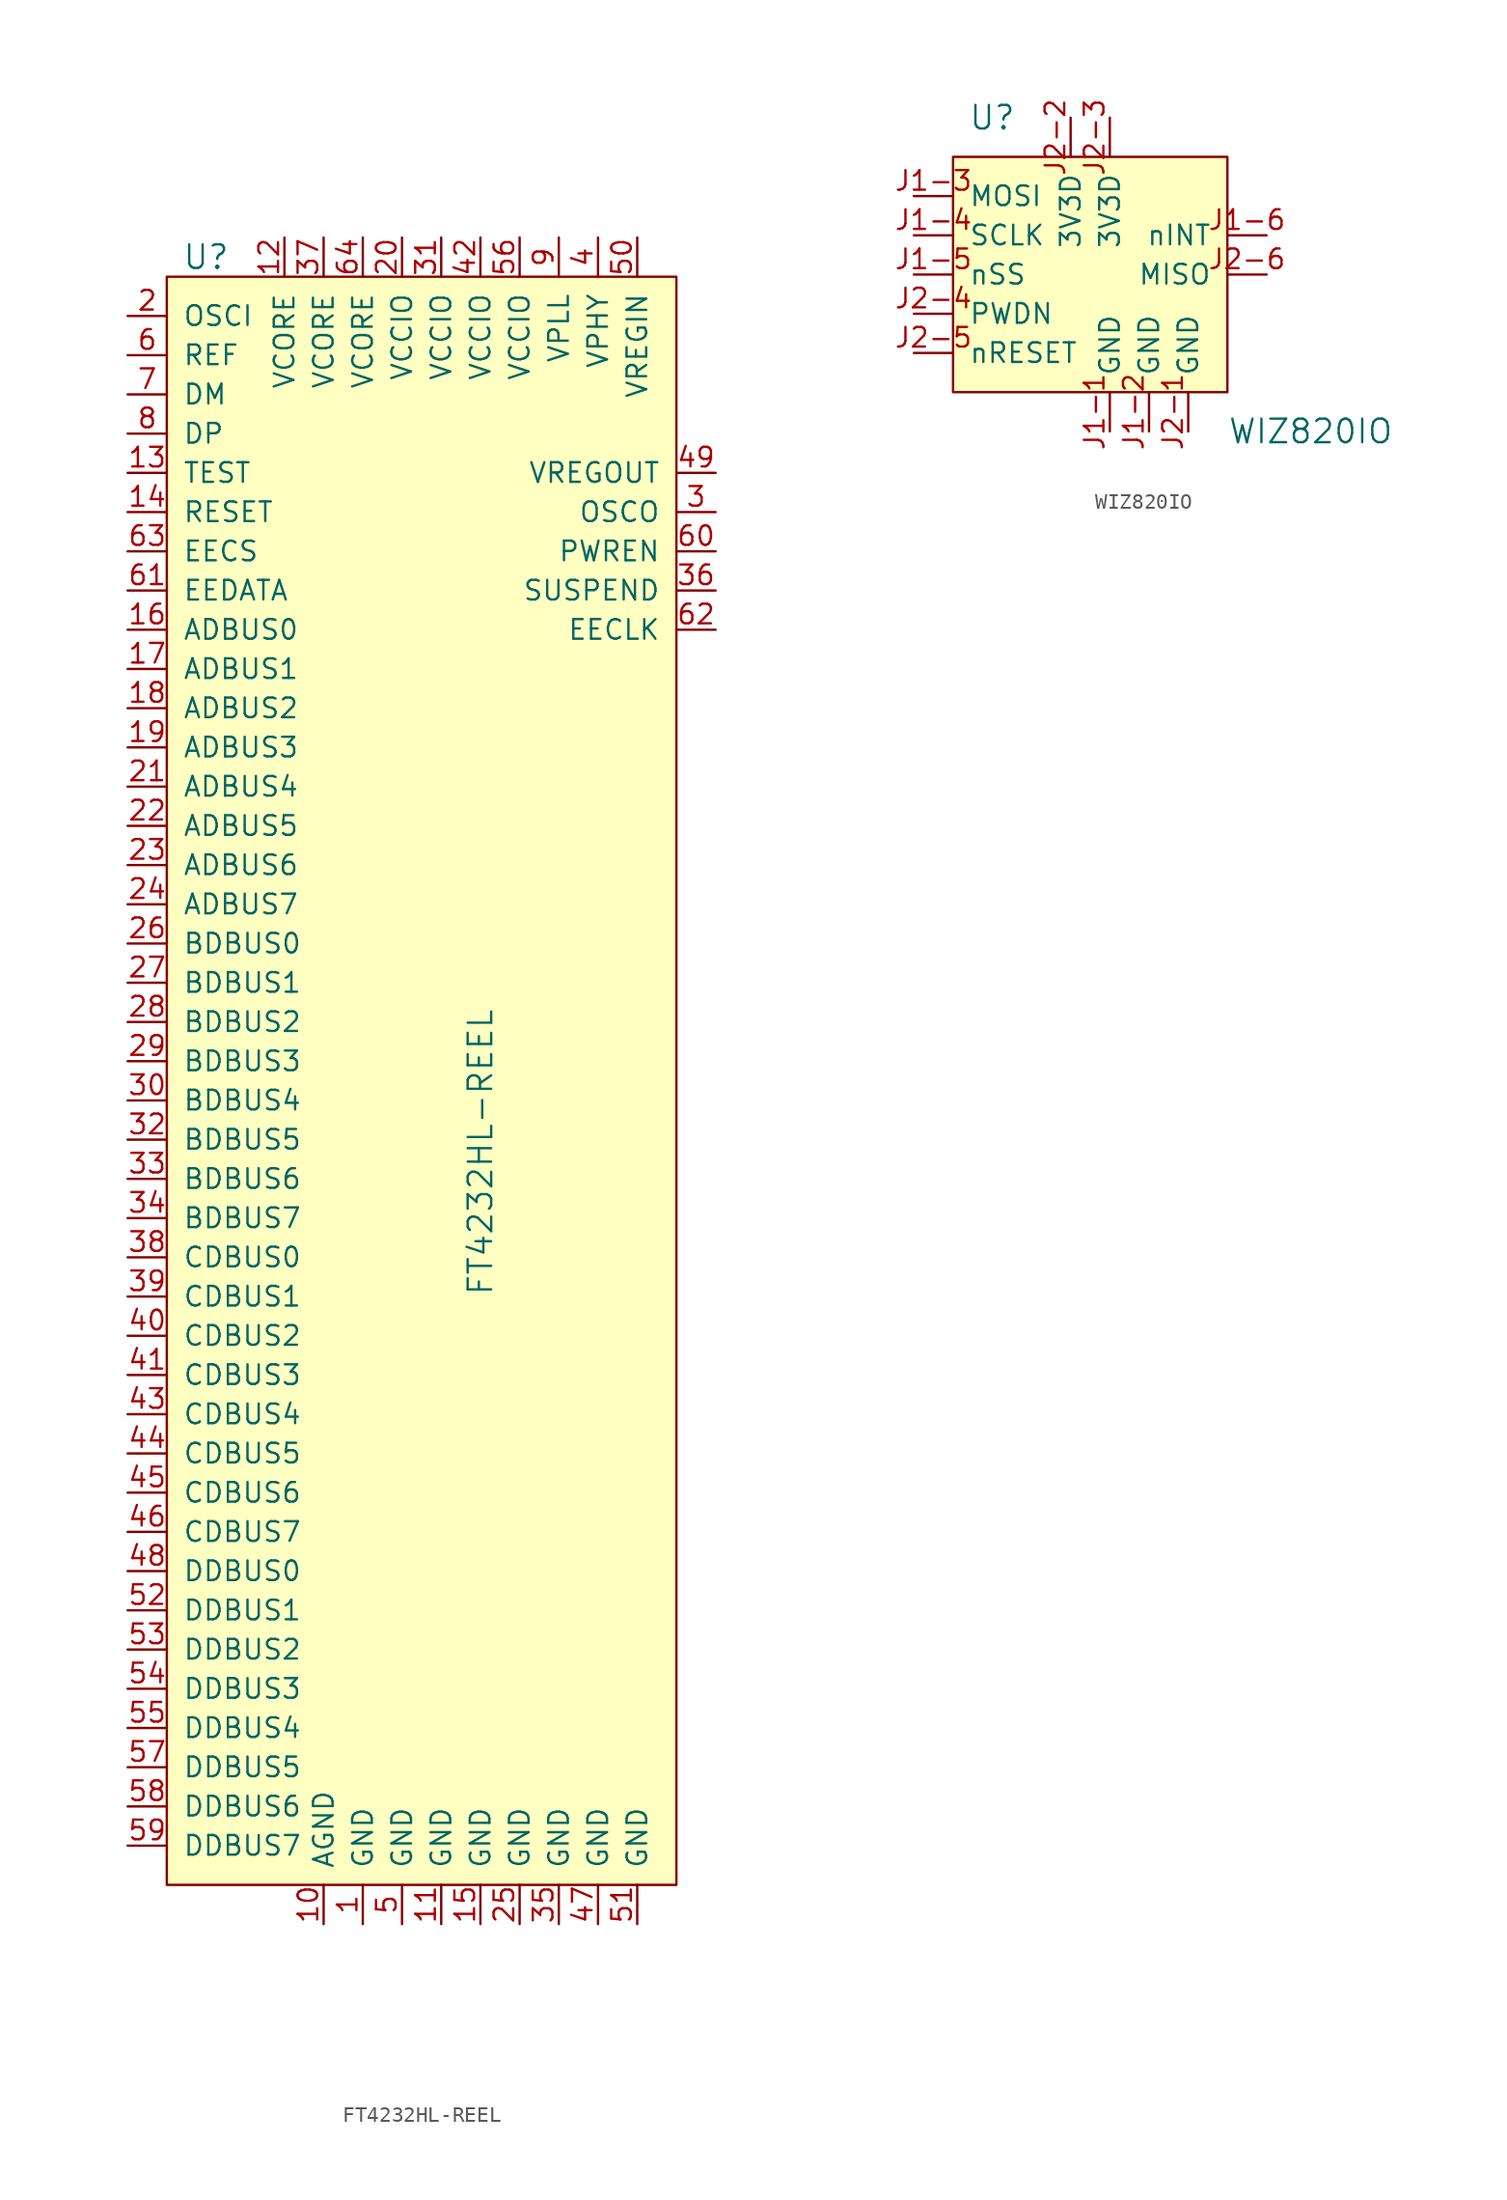
<source format=kicad_sym>
(kicad_symbol_lib
  (version 20220914)
  (generator kicad_symbol_editor)
  (symbol "FT4232HL-REEL"
    (pin_names
      (offset 1.016))
    (property "Reference" "U"
      (at -15.24 59.69 0)
      (effects (font (size 1.524 1.524))))
    (property "Value" "FT4232HL-REEL"
      (at 2.54 -7.62 90)
      (effects (font (size 1.524 1.524)) (justify left)))
    (symbol "FT4232HL-REEL_0_1"
      (rectangle (start -17.78 58.42) (end 15.24 -45.72) (stroke (width 0) (type solid)) (fill (type background))))
    (symbol "FT4232HL-REEL_1_1"
      (pin power_in line (at -5.08 -48.26 90) (length 2.54) (name "GND" (effects (font (size 1.27 1.27)))) (number "1" (effects (font (size 1.27 1.27)))))
      (pin power_in line (at -7.62 -48.26 90) (length 2.54) (name "AGND" (effects (font (size 1.27 1.27)))) (number "10" (effects (font (size 1.27 1.27)))))
      (pin power_in line (at 0 -48.26 90) (length 2.54) (name "GND" (effects (font (size 1.27 1.27)))) (number "11" (effects (font (size 1.27 1.27)))))
      (pin power_in line (at -10.16 60.96 270) (length 2.54) (name "VCORE" (effects (font (size 1.27 1.27)))) (number "12" (effects (font (size 1.27 1.27)))))
      (pin input line (at -20.32 45.72 0) (length 2.54) (name "TEST" (effects (font (size 1.27 1.27)))) (number "13" (effects (font (size 1.27 1.27)))))
      (pin input line (at -20.32 43.18 0) (length 2.54) (name "RESET" (effects (font (size 1.27 1.27)))) (number "14" (effects (font (size 1.27 1.27)))))
      (pin power_in line (at 2.54 -48.26 90) (length 2.54) (name "GND" (effects (font (size 1.27 1.27)))) (number "15" (effects (font (size 1.27 1.27)))))
      (pin bidirectional line (at -20.32 35.56 0) (length 2.54) (name "ADBUS0" (effects (font (size 1.27 1.27)))) (number "16" (effects (font (size 1.27 1.27)))))
      (pin bidirectional line (at -20.32 33.02 0) (length 2.54) (name "ADBUS1" (effects (font (size 1.27 1.27)))) (number "17" (effects (font (size 1.27 1.27)))))
      (pin bidirectional line (at -20.32 30.48 0) (length 2.54) (name "ADBUS2" (effects (font (size 1.27 1.27)))) (number "18" (effects (font (size 1.27 1.27)))))
      (pin bidirectional line (at -20.32 27.94 0) (length 2.54) (name "ADBUS3" (effects (font (size 1.27 1.27)))) (number "19" (effects (font (size 1.27 1.27)))))
      (pin input line (at -20.32 55.88 0) (length 2.54) (name "OSCI" (effects (font (size 1.27 1.27)))) (number "2" (effects (font (size 1.27 1.27)))))
      (pin power_in line (at -2.54 60.96 270) (length 2.54) (name "VCCIO" (effects (font (size 1.27 1.27)))) (number "20" (effects (font (size 1.27 1.27)))))
      (pin bidirectional line (at -20.32 25.4 0) (length 2.54) (name "ADBUS4" (effects (font (size 1.27 1.27)))) (number "21" (effects (font (size 1.27 1.27)))))
      (pin bidirectional line (at -20.32 22.86 0) (length 2.54) (name "ADBUS5" (effects (font (size 1.27 1.27)))) (number "22" (effects (font (size 1.27 1.27)))))
      (pin bidirectional line (at -20.32 20.32 0) (length 2.54) (name "ADBUS6" (effects (font (size 1.27 1.27)))) (number "23" (effects (font (size 1.27 1.27)))))
      (pin bidirectional line (at -20.32 17.78 0) (length 2.54) (name "ADBUS7" (effects (font (size 1.27 1.27)))) (number "24" (effects (font (size 1.27 1.27)))))
      (pin power_in line (at 5.08 -48.26 90) (length 2.54) (name "GND" (effects (font (size 1.27 1.27)))) (number "25" (effects (font (size 1.27 1.27)))))
      (pin bidirectional line (at -20.32 15.24 0) (length 2.54) (name "BDBUS0" (effects (font (size 1.27 1.27)))) (number "26" (effects (font (size 1.27 1.27)))))
      (pin bidirectional line (at -20.32 12.7 0) (length 2.54) (name "BDBUS1" (effects (font (size 1.27 1.27)))) (number "27" (effects (font (size 1.27 1.27)))))
      (pin bidirectional line (at -20.32 10.16 0) (length 2.54) (name "BDBUS2" (effects (font (size 1.27 1.27)))) (number "28" (effects (font (size 1.27 1.27)))))
      (pin bidirectional line (at -20.32 7.62 0) (length 2.54) (name "BDBUS3" (effects (font (size 1.27 1.27)))) (number "29" (effects (font (size 1.27 1.27)))))
      (pin output line (at 17.78 43.18 180) (length 2.54) (name "OSCO" (effects (font (size 1.27 1.27)))) (number "3" (effects (font (size 1.27 1.27)))))
      (pin bidirectional line (at -20.32 5.08 0) (length 2.54) (name "BDBUS4" (effects (font (size 1.27 1.27)))) (number "30" (effects (font (size 1.27 1.27)))))
      (pin power_in line (at 0 60.96 270) (length 2.54) (name "VCCIO" (effects (font (size 1.27 1.27)))) (number "31" (effects (font (size 1.27 1.27)))))
      (pin bidirectional line (at -20.32 2.54 0) (length 2.54) (name "BDBUS5" (effects (font (size 1.27 1.27)))) (number "32" (effects (font (size 1.27 1.27)))))
      (pin bidirectional line (at -20.32 0 0) (length 2.54) (name "BDBUS6" (effects (font (size 1.27 1.27)))) (number "33" (effects (font (size 1.27 1.27)))))
      (pin bidirectional line (at -20.32 -2.54 0) (length 2.54) (name "BDBUS7" (effects (font (size 1.27 1.27)))) (number "34" (effects (font (size 1.27 1.27)))))
      (pin power_in line (at 7.62 -48.26 90) (length 2.54) (name "GND" (effects (font (size 1.27 1.27)))) (number "35" (effects (font (size 1.27 1.27)))))
      (pin output line (at 17.78 38.1 180) (length 2.54) (name "SUSPEND" (effects (font (size 1.27 1.27)))) (number "36" (effects (font (size 1.27 1.27)))))
      (pin power_in line (at -7.62 60.96 270) (length 2.54) (name "VCORE" (effects (font (size 1.27 1.27)))) (number "37" (effects (font (size 1.27 1.27)))))
      (pin bidirectional line (at -20.32 -5.08 0) (length 2.54) (name "CDBUS0" (effects (font (size 1.27 1.27)))) (number "38" (effects (font (size 1.27 1.27)))))
      (pin bidirectional line (at -20.32 -7.62 0) (length 2.54) (name "CDBUS1" (effects (font (size 1.27 1.27)))) (number "39" (effects (font (size 1.27 1.27)))))
      (pin power_in line (at 10.16 60.96 270) (length 2.54) (name "VPHY" (effects (font (size 1.27 1.27)))) (number "4" (effects (font (size 1.27 1.27)))))
      (pin bidirectional line (at -20.32 -10.16 0) (length 2.54) (name "CDBUS2" (effects (font (size 1.27 1.27)))) (number "40" (effects (font (size 1.27 1.27)))))
      (pin bidirectional line (at -20.32 -12.7 0) (length 2.54) (name "CDBUS3" (effects (font (size 1.27 1.27)))) (number "41" (effects (font (size 1.27 1.27)))))
      (pin power_in line (at 2.54 60.96 270) (length 2.54) (name "VCCIO" (effects (font (size 1.27 1.27)))) (number "42" (effects (font (size 1.27 1.27)))))
      (pin bidirectional line (at -20.32 -15.24 0) (length 2.54) (name "CDBUS4" (effects (font (size 1.27 1.27)))) (number "43" (effects (font (size 1.27 1.27)))))
      (pin bidirectional line (at -20.32 -17.78 0) (length 2.54) (name "CDBUS5" (effects (font (size 1.27 1.27)))) (number "44" (effects (font (size 1.27 1.27)))))
      (pin bidirectional line (at -20.32 -20.32 0) (length 2.54) (name "CDBUS6" (effects (font (size 1.27 1.27)))) (number "45" (effects (font (size 1.27 1.27)))))
      (pin bidirectional line (at -20.32 -22.86 0) (length 2.54) (name "CDBUS7" (effects (font (size 1.27 1.27)))) (number "46" (effects (font (size 1.27 1.27)))))
      (pin power_in line (at 10.16 -48.26 90) (length 2.54) (name "GND" (effects (font (size 1.27 1.27)))) (number "47" (effects (font (size 1.27 1.27)))))
      (pin bidirectional line (at -20.32 -25.4 0) (length 2.54) (name "DDBUS0" (effects (font (size 1.27 1.27)))) (number "48" (effects (font (size 1.27 1.27)))))
      (pin power_out line (at 17.78 45.72 180) (length 2.54) (name "VREGOUT" (effects (font (size 1.27 1.27)))) (number "49" (effects (font (size 1.27 1.27)))))
      (pin power_in line (at -2.54 -48.26 90) (length 2.54) (name "GND" (effects (font (size 1.27 1.27)))) (number "5" (effects (font (size 1.27 1.27)))))
      (pin power_in line (at 12.7 60.96 270) (length 2.54) (name "VREGIN" (effects (font (size 1.27 1.27)))) (number "50" (effects (font (size 1.27 1.27)))))
      (pin power_in line (at 12.7 -48.26 90) (length 2.54) (name "GND" (effects (font (size 1.27 1.27)))) (number "51" (effects (font (size 1.27 1.27)))))
      (pin bidirectional line (at -20.32 -27.94 0) (length 2.54) (name "DDBUS1" (effects (font (size 1.27 1.27)))) (number "52" (effects (font (size 1.27 1.27)))))
      (pin bidirectional line (at -20.32 -30.48 0) (length 2.54) (name "DDBUS2" (effects (font (size 1.27 1.27)))) (number "53" (effects (font (size 1.27 1.27)))))
      (pin bidirectional line (at -20.32 -33.02 0) (length 2.54) (name "DDBUS3" (effects (font (size 1.27 1.27)))) (number "54" (effects (font (size 1.27 1.27)))))
      (pin bidirectional line (at -20.32 -35.56 0) (length 2.54) (name "DDBUS4" (effects (font (size 1.27 1.27)))) (number "55" (effects (font (size 1.27 1.27)))))
      (pin power_in line (at 5.08 60.96 270) (length 2.54) (name "VCCIO" (effects (font (size 1.27 1.27)))) (number "56" (effects (font (size 1.27 1.27)))))
      (pin bidirectional line (at -20.32 -38.1 0) (length 2.54) (name "DDBUS5" (effects (font (size 1.27 1.27)))) (number "57" (effects (font (size 1.27 1.27)))))
      (pin bidirectional line (at -20.32 -40.64 0) (length 2.54) (name "DDBUS6" (effects (font (size 1.27 1.27)))) (number "58" (effects (font (size 1.27 1.27)))))
      (pin bidirectional line (at -20.32 -43.18 0) (length 2.54) (name "DDBUS7" (effects (font (size 1.27 1.27)))) (number "59" (effects (font (size 1.27 1.27)))))
      (pin input line (at -20.32 53.34 0) (length 2.54) (name "REF" (effects (font (size 1.27 1.27)))) (number "6" (effects (font (size 1.27 1.27)))))
      (pin output line (at 17.78 40.64 180) (length 2.54) (name "PWREN" (effects (font (size 1.27 1.27)))) (number "60" (effects (font (size 1.27 1.27)))))
      (pin bidirectional line (at -20.32 38.1 0) (length 2.54) (name "EEDATA" (effects (font (size 1.27 1.27)))) (number "61" (effects (font (size 1.27 1.27)))))
      (pin output line (at 17.78 35.56 180) (length 2.54) (name "EECLK" (effects (font (size 1.27 1.27)))) (number "62" (effects (font (size 1.27 1.27)))))
      (pin bidirectional line (at -20.32 40.64 0) (length 2.54) (name "EECS" (effects (font (size 1.27 1.27)))) (number "63" (effects (font (size 1.27 1.27)))))
      (pin power_in line (at -5.08 60.96 270) (length 2.54) (name "VCORE" (effects (font (size 1.27 1.27)))) (number "64" (effects (font (size 1.27 1.27)))))
      (pin bidirectional line (at -20.32 50.8 0) (length 2.54) (name "DM" (effects (font (size 1.27 1.27)))) (number "7" (effects (font (size 1.27 1.27)))))
      (pin bidirectional line (at -20.32 48.26 0) (length 2.54) (name "DP" (effects (font (size 1.27 1.27)))) (number "8" (effects (font (size 1.27 1.27)))))
      (pin power_in line (at 7.62 60.96 270) (length 2.54) (name "VPLL" (effects (font (size 1.27 1.27)))) (number "9" (effects (font (size 1.27 1.27)))))))
  (symbol "WIZ820IO"
    (pin_names
      (offset 1.016))
    (property "Reference" "U"
      (at -7.62 7.62 0)
      (effects (font (size 1.524 1.524))))
    (property "Value" "WIZ820IO"
      (at 7.62 -12.7 0)
      (effects (font (size 1.524 1.524)) (justify left)))
    (symbol "WIZ820IO_0_1"
      (rectangle (start -10.16 5.08) (end 7.62 -10.16) (stroke (width 0) (type solid)) (fill (type background))))
    (symbol "WIZ820IO_1_1"
      (pin power_in line (at 0 -12.7 90) (length 2.54) (name "GND" (effects (font (size 1.27 1.27)))) (number "J1-1" (effects (font (size 1.27 1.27)))))
      (pin power_in line (at 2.54 -12.7 90) (length 2.54) (name "GND" (effects (font (size 1.27 1.27)))) (number "J1-2" (effects (font (size 1.27 1.27)))))
      (pin input line (at -12.7 2.54 0) (length 2.54) (name "MOSI" (effects (font (size 1.27 1.27)))) (number "J1-3" (effects (font (size 1.27 1.27)))))
      (pin input line (at -12.7 0 0) (length 2.54) (name "SCLK" (effects (font (size 1.27 1.27)))) (number "J1-4" (effects (font (size 1.27 1.27)))))
      (pin input line (at -12.7 -2.54 0) (length 2.54) (name "nSS" (effects (font (size 1.27 1.27)))) (number "J1-5" (effects (font (size 1.27 1.27)))))
      (pin output line (at 10.16 0 180) (length 2.54) (name "nINT" (effects (font (size 1.27 1.27)))) (number "J1-6" (effects (font (size 1.27 1.27)))))
      (pin power_in line (at 5.08 -12.7 90) (length 2.54) (name "GND" (effects (font (size 1.27 1.27)))) (number "J2-1" (effects (font (size 1.27 1.27)))))
      (pin power_in line (at -2.54 7.62 270) (length 2.54) (name "3V3D" (effects (font (size 1.27 1.27)))) (number "J2-2" (effects (font (size 1.27 1.27)))))
      (pin power_in line (at 0 7.62 270) (length 2.54) (name "3V3D" (effects (font (size 1.27 1.27)))) (number "J2-3" (effects (font (size 1.27 1.27)))))
      (pin input line (at -12.7 -5.08 0) (length 2.54) (name "PWDN" (effects (font (size 1.27 1.27)))) (number "J2-4" (effects (font (size 1.27 1.27)))))
      (pin input line (at -12.7 -7.62 0) (length 2.54) (name "nRESET" (effects (font (size 1.27 1.27)))) (number "J2-5" (effects (font (size 1.27 1.27)))))
      (pin output line (at 10.16 -2.54 180) (length 2.54) (name "MISO" (effects (font (size 1.27 1.27)))) (number "J2-6" (effects (font (size 1.27 1.27))))))))
</source>
